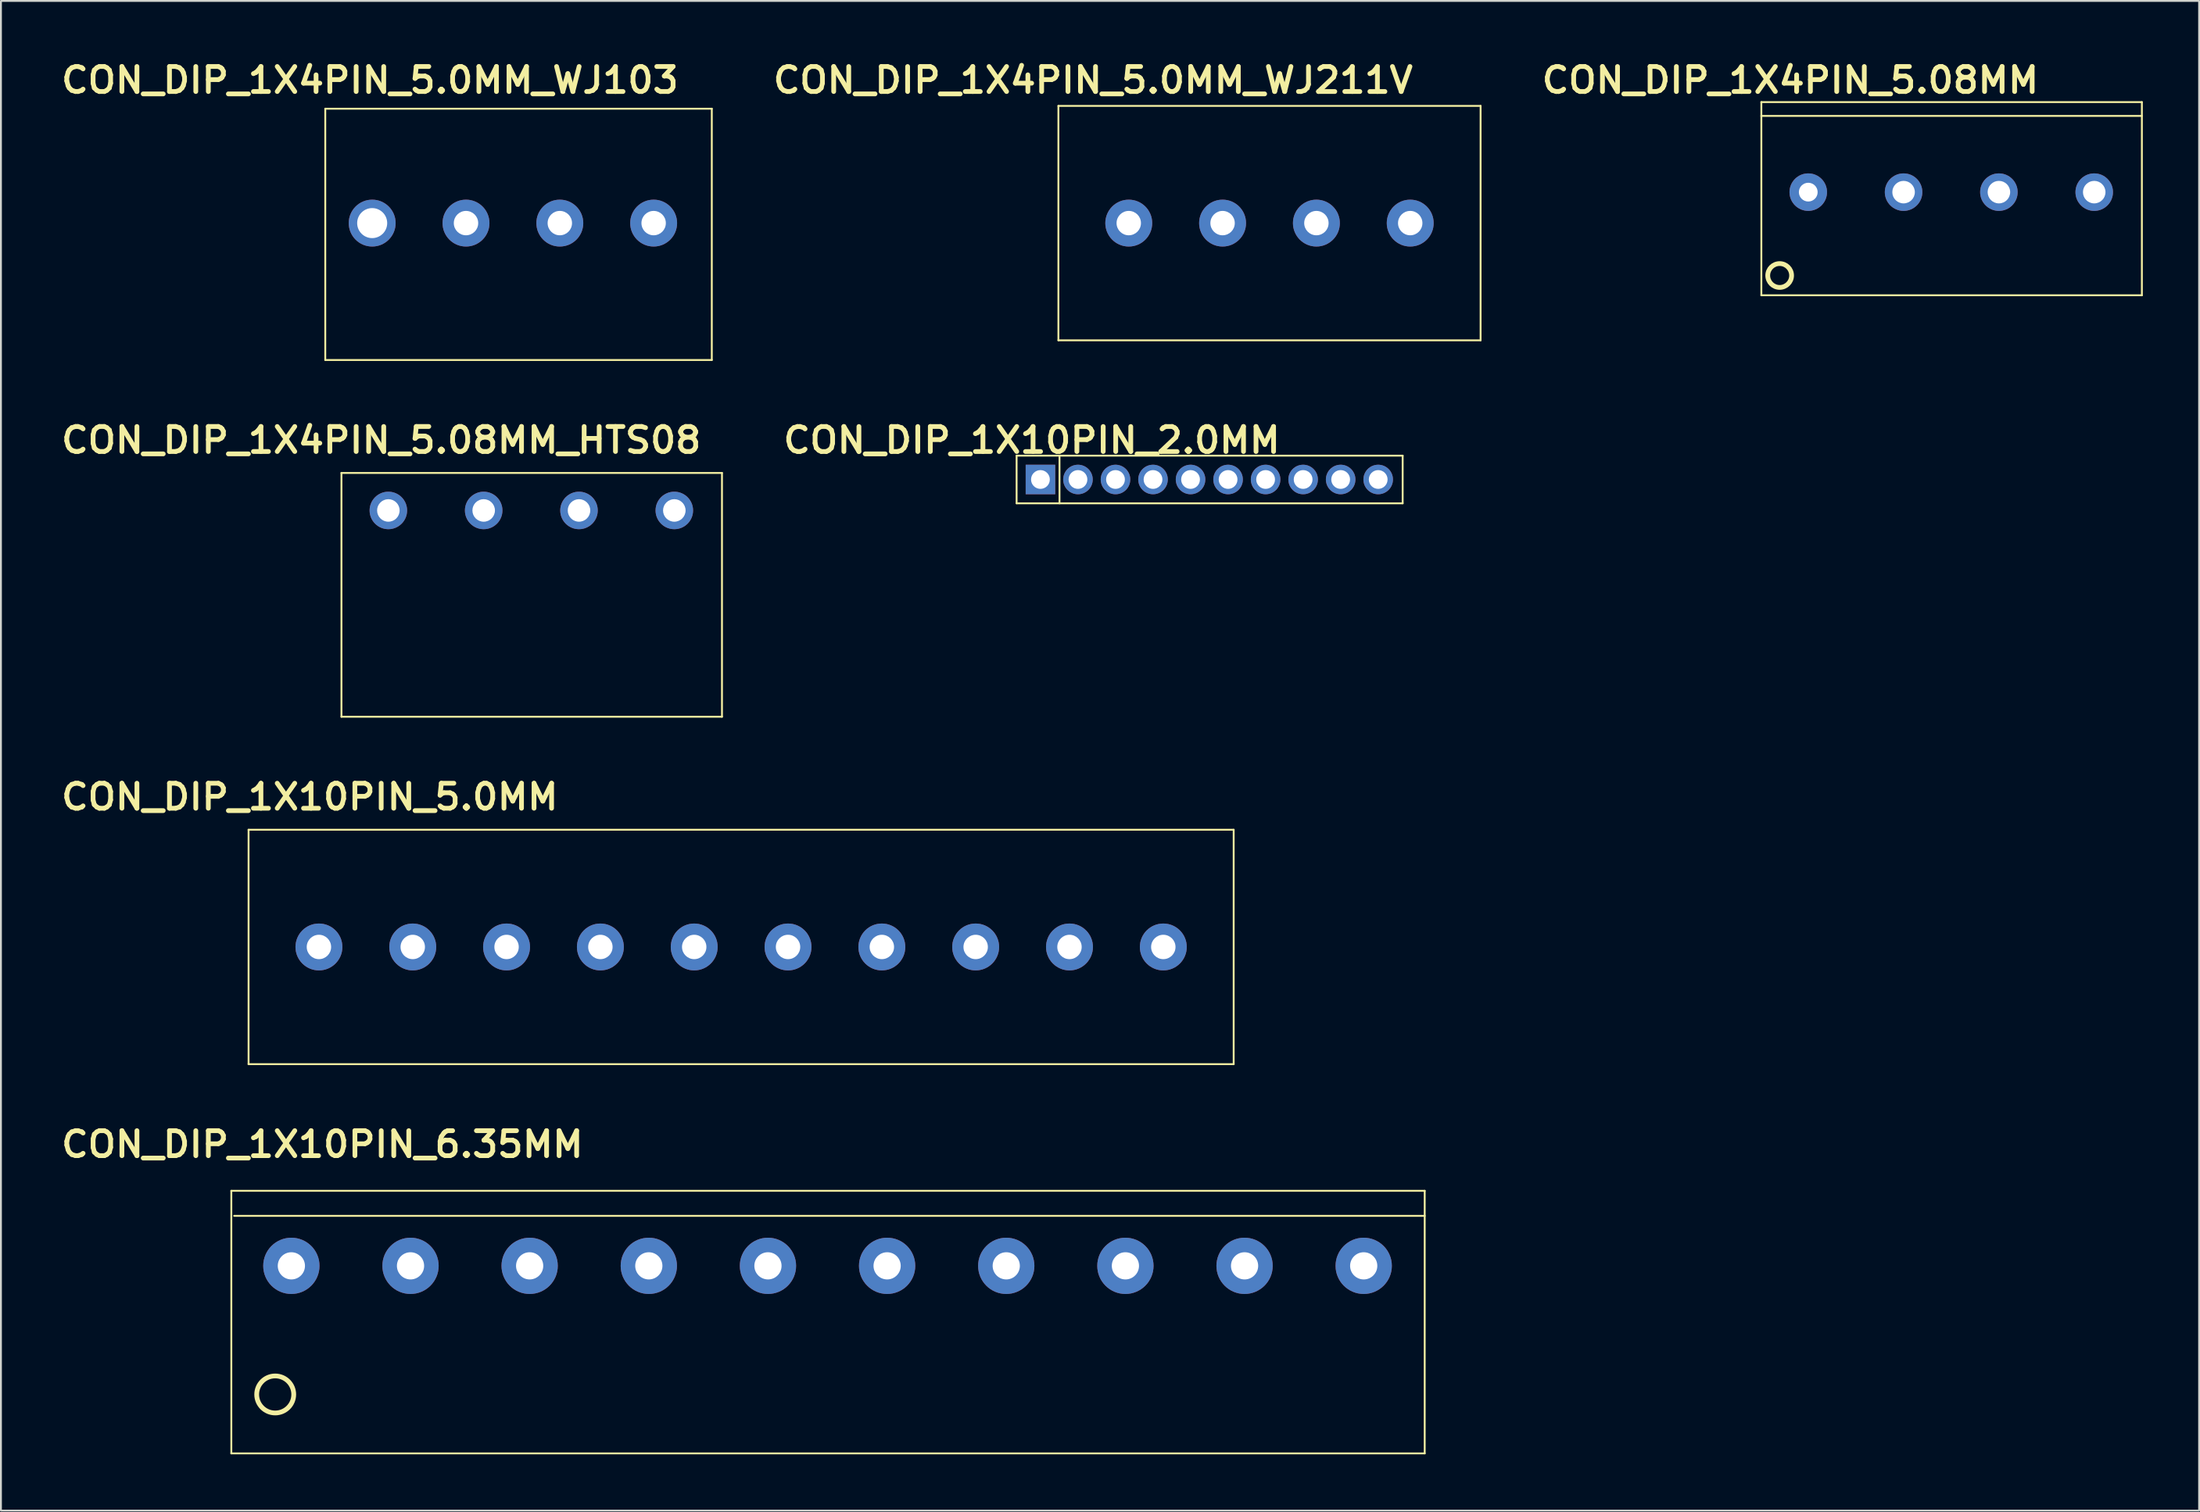
<source format=kicad_pcb>
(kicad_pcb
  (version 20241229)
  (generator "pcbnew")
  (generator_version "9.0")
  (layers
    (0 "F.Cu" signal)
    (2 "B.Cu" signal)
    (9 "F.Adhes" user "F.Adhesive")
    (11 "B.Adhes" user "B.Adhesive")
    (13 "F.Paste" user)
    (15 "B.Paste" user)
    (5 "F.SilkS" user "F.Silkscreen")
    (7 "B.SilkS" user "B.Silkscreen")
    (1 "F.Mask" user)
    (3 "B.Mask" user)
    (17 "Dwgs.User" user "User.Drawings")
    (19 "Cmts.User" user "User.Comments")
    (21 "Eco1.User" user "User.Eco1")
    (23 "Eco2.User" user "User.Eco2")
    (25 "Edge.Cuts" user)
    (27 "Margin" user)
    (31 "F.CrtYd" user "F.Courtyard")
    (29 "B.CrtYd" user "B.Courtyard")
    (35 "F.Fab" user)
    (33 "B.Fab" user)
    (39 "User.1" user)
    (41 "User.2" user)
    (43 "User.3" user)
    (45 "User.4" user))
  (footprint "CON_DIP_1X10PIN_2.0MM"
    (layer "F.Cu")
    (at 61.399 22.517)
    (property "Reference" "CON_DIP_1X10PIN_2.0MM" (at -9.461 -2.095 0) (unlocked yes) (layer "F.SilkS") (effects (font (size 1.333 1.402) (thickness 0.254))))
    (attr smd)
    (fp_line (start -10.27 -1.27) (end -10.27 1.27) (stroke (width 0.1) (type solid)) (layer "F.SilkS"))
    (fp_line (start -10.27 -1.27) (end 10.304 -1.27) (stroke (width 0.1) (type solid)) (layer "F.SilkS"))
    (fp_line (start -10.27 1.27) (end 10.304 1.27) (stroke (width 0.1) (type solid)) (layer "F.SilkS"))
    (fp_line (start -7.984 -1.27) (end -7.984 1.27) (stroke (width 0.1) (type solid)) (layer "F.SilkS"))
    (fp_line (start 10.304 1.27) (end 10.304 -1.27) (stroke (width 0.1) (type solid)) (layer "F.SilkS"))
    (pad "1" thru_hole rect (at -9 0) (size 1.575 1.575) (drill 1) (layers "*.Cu" "*.Mask"))
    (pad "2" thru_hole circle (at -7 -0.00001) (size 1.575 1.575) (drill 1) (layers "*.Cu" "*.Mask"))
    (pad "3" thru_hole circle (at -5 0) (size 1.575 1.575) (drill 1) (layers "*.Cu" "*.Mask"))
    (pad "4" thru_hole circle (at -3 0.00001) (size 1.575 1.575) (drill 1) (layers "*.Cu" "*.Mask"))
    (pad "5" thru_hole circle (at -1 0.00001) (size 1.575 1.575) (drill 1) (layers "*.Cu" "*.Mask"))
    (pad "6" thru_hole circle (at 1 0) (size 1.575 1.575) (drill 1) (layers "*.Cu" "*.Mask"))
    (pad "7" thru_hole circle (at 3 0) (size 1.575 1.575) (drill 1) (layers "*.Cu" "*.Mask"))
    (pad "8" thru_hole circle (at 5 0) (size 1.575 1.575) (drill 1) (layers "*.Cu" "*.Mask"))
    (pad "9" thru_hole circle (at 7 0) (size 1.575 1.575) (drill 1) (layers "*.Cu" "*.Mask"))
    (pad "10" thru_hole circle (at 9 0) (size 1.575 1.575) (drill 1) (layers "*.Cu" "*.Mask")))
  (footprint "CON_DIP_1X4PIN_5.08MM_HTS08"
    (layer "F.Cu")
    (at 17.647 24.168)
    (property "Reference" "CON_DIP_1X4PIN_5.08MM_HTS08" (at -0.381 -3.747 0) (unlocked yes) (layer "F.SilkS") (effects (font (size 1.333 1.402) (thickness 0.254))))
    (attr smd)
    (fp_line (start -2.5 -2) (end 17.78 -2) (stroke (width 0.1) (type solid)) (layer "F.SilkS"))
    (fp_line (start -2.5 11) (end -2.5 -2) (stroke (width 0.1) (type solid)) (layer "F.SilkS"))
    (fp_line (start -2.5 11) (end 17.78 11) (stroke (width 0.1) (type solid)) (layer "F.SilkS"))
    (fp_line (start 17.78 11) (end 17.78 -2) (stroke (width 0.1) (type solid)) (layer "F.SilkS"))
    (pad "1" thru_hole circle (at 0 0) (size 2 2) (drill 1.2) (layers "*.Cu" "*.Mask"))
    (pad "2" thru_hole circle (at 5.08 0) (size 2 2) (drill 1.2) (layers "*.Cu" "*.Mask"))
    (pad "3" thru_hole circle (at 10.16 0) (size 2 2) (drill 1.2) (layers "*.Cu" "*.Mask"))
    (pad "4" thru_hole circle (at 15.24 0) (size 2 2) (drill 1.2) (layers "*.Cu" "*.Mask")))
  (footprint "CON_DIP_1X10PIN_5.0MM"
    (layer "F.Cu")
    (at 36.447 47.444)
    (property "Reference" "CON_DIP_1X10PIN_5.0MM" (at -22.987 -8.001 0) (unlocked yes) (layer "F.SilkS") (effects (font (size 1.333 1.402) (thickness 0.254))))
    (attr smd)
    (fp_line (start -26.25 -6.25) (end 26.25 -6.25) (stroke (width 0.1) (type solid)) (layer "F.SilkS"))
    (fp_line (start -26.25 6.25) (end -26.25 -6.25) (stroke (width 0.1) (type solid)) (layer "F.SilkS"))
    (fp_line (start -26.25 6.25) (end 26.25 6.25) (stroke (width 0.1) (type solid)) (layer "F.SilkS"))
    (fp_line (start 26.25 6.25) (end 26.25 -6.25) (stroke (width 0.1) (type solid)) (layer "F.SilkS"))
    (pad "1" thru_hole circle (at -22.5 0) (size 2.5 2.5) (drill 1.3) (layers "*.Cu" "*.Mask"))
    (pad "2" thru_hole circle (at -17.5 0) (size 2.5 2.5) (drill 1.3) (layers "*.Cu" "*.Mask"))
    (pad "3" thru_hole circle (at -12.5 0) (size 2.5 2.5) (drill 1.3) (layers "*.Cu" "*.Mask"))
    (pad "4" thru_hole circle (at -7.5 0) (size 2.5 2.5) (drill 1.3) (layers "*.Cu" "*.Mask"))
    (pad "5" thru_hole circle (at -2.5 0) (size 2.5 2.5) (drill 1.3) (layers "*.Cu" "*.Mask"))
    (pad "6" thru_hole circle (at 2.5 0) (size 2.5 2.5) (drill 1.3) (layers "*.Cu" "*.Mask"))
    (pad "7" thru_hole circle (at 7.5 0) (size 2.5 2.5) (drill 1.3) (layers "*.Cu" "*.Mask"))
    (pad "8" thru_hole circle (at 12.5 0) (size 2.5 2.5) (drill 1.3) (layers "*.Cu" "*.Mask"))
    (pad "9" thru_hole circle (at 17.5 0) (size 2.5 2.5) (drill 1.3) (layers "*.Cu" "*.Mask"))
    (pad "10" thru_hole circle (at 22.5 0) (size 2.5 2.5) (drill 1.3) (layers "*.Cu" "*.Mask")))
  (footprint "CON_DIP_1X4PIN_5.0MM_WJ211V"
    (layer "F.Cu")
    (at 57.106 8.846)
    (property "Reference" "CON_DIP_1X4PIN_5.0MM_WJ211V" (at -1.905 -7.62 0) (unlocked yes) (layer "F.SilkS") (effects (font (size 1.333 1.402) (thickness 0.254))))
    (attr smd)
    (fp_line (start -3.75 -6.25) (end 18.75 -6.25) (stroke (width 0.1) (type solid)) (layer "F.SilkS"))
    (fp_line (start -3.75 6.25) (end -3.75 -6.25) (stroke (width 0.1) (type solid)) (layer "F.SilkS"))
    (fp_line (start -3.75 6.25) (end 18.75 6.25) (stroke (width 0.1) (type solid)) (layer "F.SilkS"))
    (fp_line (start 18.75 6.25) (end 18.75 -6.25) (stroke (width 0.1) (type solid)) (layer "F.SilkS"))
    (pad "1" thru_hole circle (at 0 0) (size 2.5 2.5) (drill 1.3) (layers "*.Cu" "*.Mask"))
    (pad "2" thru_hole circle (at 5 0) (size 2.5 2.5) (drill 1.3) (layers "*.Cu" "*.Mask"))
    (pad "3" thru_hole circle (at 10 0) (size 2.5 2.5) (drill 1.3) (layers "*.Cu" "*.Mask"))
    (pad "4" thru_hole circle (at 15 0) (size 2.5 2.5) (drill 1.3) (layers "*.Cu" "*.Mask")))
  (footprint "CON_DIP_1X10PIN_6.35MM"
    (layer "F.Cu")
    (at 37.941 64.129)
    (property "Reference" "CON_DIP_1X10PIN_6.35MM" (at -23.812 -6.16 0) (unlocked yes) (layer "F.SilkS") (effects (font (size 1.333 1.402) (thickness 0.254))))
    (attr smd)
    (fp_line (start -28.663 -3.683) (end 34.937 -3.683) (stroke (width 0.1) (type solid)) (layer "F.SilkS"))
    (fp_line (start -28.663 10.318) (end -28.663 -3.683) (stroke (width 0.1) (type solid)) (layer "F.SilkS"))
    (fp_line (start -28.663 10.318) (end 34.937 10.318) (stroke (width 0.1) (type solid)) (layer "F.SilkS"))
    (fp_line (start -28.512 -2.349) (end 34.937 -2.349) (stroke (width 0.1) (type solid)) (layer "F.SilkS"))
    (fp_line (start 34.937 10.318) (end 34.937 -3.683) (stroke (width 0.1) (type solid)) (layer "F.SilkS"))
    (fp_circle (center -26.324 7.176) (end -25.337 7.176) (stroke (width 0.254) (type solid)) (fill no) (layer "F.SilkS"))
    (pad "1" thru_hole circle (at -25.463 0.318) (size 3 3) (drill 1.45) (layers "*.Cu" "*.Mask"))
    (pad "2" thru_hole circle (at -19.113 0.318) (size 3 3) (drill 1.45) (layers "*.Cu" "*.Mask"))
    (pad "3" thru_hole circle (at -12.764 0.318) (size 3 3) (drill 1.45) (layers "*.Cu" "*.Mask"))
    (pad "4" thru_hole circle (at -6.413 0.318) (size 3 3) (drill 1.45) (layers "*.Cu" "*.Mask"))
    (pad "5" thru_hole circle (at -0.064 0.318) (size 3 3) (drill 1.45) (layers "*.Cu" "*.Mask"))
    (pad "6" thru_hole circle (at 6.287 0.318) (size 3 3) (drill 1.45) (layers "*.Cu" "*.Mask"))
    (pad "7" thru_hole circle (at 12.636 0.318) (size 3 3) (drill 1.45) (layers "*.Cu" "*.Mask"))
    (pad "8" thru_hole circle (at 18.986 0.318) (size 3 3) (drill 1.45) (layers "*.Cu" "*.Mask"))
    (pad "9" thru_hole circle (at 25.337 0.318) (size 3 3) (drill 1.45) (layers "*.Cu" "*.Mask"))
    (pad "10" thru_hole circle (at 31.686 0.318) (size 3 3) (drill 1.45) (layers "*.Cu" "*.Mask")))
  (footprint "CON_DIP_1X4PIN_5.0MM_WJ103"
    (layer "F.Cu")
    (at 24.285 8.846)
    (property "Reference" "CON_DIP_1X4PIN_5.0MM_WJ103" (at -7.62 -7.62 0) (unlocked yes) (layer "F.SilkS") (effects (font (size 1.333 1.402) (thickness 0.254))))
    (attr smd)
    (fp_line (start -10 -6.1) (end 10.6 -6.1) (stroke (width 0.1) (type solid)) (layer "F.SilkS"))
    (fp_line (start -10 7.3) (end -10 -6.1) (stroke (width 0.1) (type solid)) (layer "F.SilkS"))
    (fp_line (start -10 7.3) (end 10.6 7.3) (stroke (width 0.1) (type solid)) (layer "F.SilkS"))
    (fp_line (start 10.6 7.3) (end 10.6 -6.1) (stroke (width 0.1) (type solid)) (layer "F.SilkS"))
    (pad "1" thru_hole circle (at -7.5 0) (size 2.5 2.5) (drill 1.6) (layers "*.Cu" "*.Mask"))
    (pad "2" thru_hole circle (at -2.5 0) (size 2.5 2.5) (drill 1.3) (layers "*.Cu" "*.Mask"))
    (pad "3" thru_hole circle (at 2.5 0) (size 2.5 2.5) (drill 1.3) (layers "*.Cu" "*.Mask"))
    (pad "4" thru_hole circle (at 7.5 0) (size 2.5 2.5) (drill 1.3) (layers "*.Cu" "*.Mask")))
  (footprint "CON_DIP_1X4PIN_5.08MM"
    (layer "F.Cu")
    (at 93.319 7.195)
    (property "Reference" "CON_DIP_1X4PIN_5.08MM" (at -0.953 -5.969 0) (unlocked yes) (layer "F.SilkS") (effects (font (size 1.333 1.402) (thickness 0.254))))
    (attr smd)
    (fp_line (start -2.5 -4.8) (end 17.78 -4.8) (stroke (width 0.1) (type solid)) (layer "F.SilkS"))
    (fp_line (start -2.5 -4.064) (end 17.78 -4.064) (stroke (width 0.1) (type solid)) (layer "F.SilkS"))
    (fp_line (start -2.5 5.5) (end -2.5 -4.8) (stroke (width 0.1) (type solid)) (layer "F.SilkS"))
    (fp_line (start -2.5 5.5) (end 17.78 5.5) (stroke (width 0.1) (type solid)) (layer "F.SilkS"))
    (fp_line (start 17.78 5.5) (end 17.78 -4.8) (stroke (width 0.1) (type solid)) (layer "F.SilkS"))
    (fp_circle (center -1.524 4.445) (end -0.889 4.445) (stroke (width 0.254) (type solid)) (fill no) (layer "F.SilkS"))
    (pad "1" thru_hole circle (at 0 0) (size 2 2) (drill 1) (layers "*.Cu" "*.Mask"))
    (pad "2" thru_hole circle (at 5.08 0) (size 2 2) (drill 1.2) (layers "*.Cu" "*.Mask"))
    (pad "3" thru_hole circle (at 10.16 0) (size 2 2) (drill 1.2) (layers "*.Cu" "*.Mask"))
    (pad "4" thru_hole circle (at 15.24 0) (size 2 2) (drill 1.2) (layers "*.Cu" "*.Mask")))
  (gr_rect
    (start -3 -3)
    (end 114.149 77.497)
    (stroke (width 0.1) (type default))
    (fill no)
    (layer "Edge.Cuts")))
</source>
